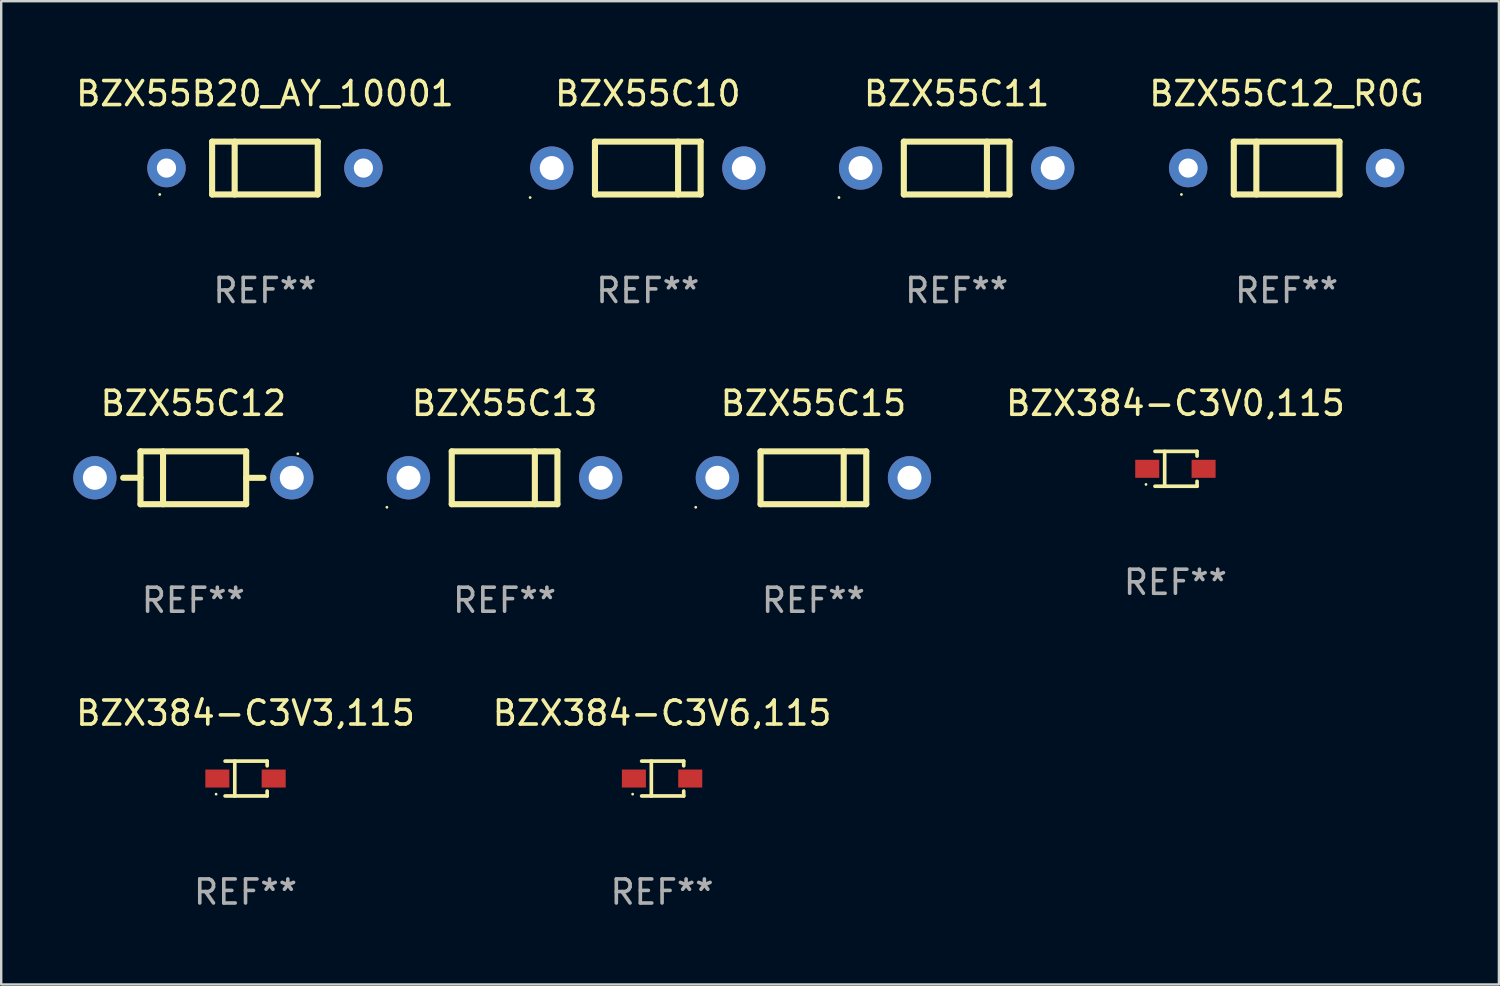
<source format=kicad_pcb>
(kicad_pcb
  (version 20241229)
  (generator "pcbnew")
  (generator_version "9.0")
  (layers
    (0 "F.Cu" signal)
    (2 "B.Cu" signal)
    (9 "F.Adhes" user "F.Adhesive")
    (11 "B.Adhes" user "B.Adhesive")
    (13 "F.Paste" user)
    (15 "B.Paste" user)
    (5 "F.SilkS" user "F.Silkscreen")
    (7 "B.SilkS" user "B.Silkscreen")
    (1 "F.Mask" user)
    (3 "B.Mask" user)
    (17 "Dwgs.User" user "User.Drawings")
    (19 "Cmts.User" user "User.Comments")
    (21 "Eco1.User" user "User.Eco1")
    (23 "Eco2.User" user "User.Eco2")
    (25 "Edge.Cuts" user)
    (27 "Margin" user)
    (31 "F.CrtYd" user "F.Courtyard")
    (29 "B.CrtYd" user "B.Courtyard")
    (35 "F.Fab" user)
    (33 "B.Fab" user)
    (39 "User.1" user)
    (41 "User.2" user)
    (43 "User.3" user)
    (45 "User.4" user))
  (footprint "BZX55C13"
    (layer "F.Cu")
    (at 17.96 16.845)
    (property "Reference" "BZX55C13" (at 0 -3.1 0) (layer "F.SilkS") (effects (font (size 1 1) (thickness 0.15))))
    (attr through_hole)
    (fp_line (start -2.2 1.1) (end -2.2 -1.1) (stroke (width 0.254) (type solid)) (layer "F.SilkS"))
    (fp_line (start 1.261 1.1) (end 1.261 -1.1) (stroke (width 0.254) (type solid)) (layer "F.SilkS"))
    (fp_line (start 2.2 -1.1) (end -2.2 -1.1) (stroke (width 0.254) (type solid)) (layer "F.SilkS"))
    (fp_line (start 2.2 1.1) (end -2.2 1.1) (stroke (width 0.254) (type solid)) (layer "F.SilkS"))
    (fp_line (start 2.2 1.1) (end 2.2 -1.1) (stroke (width 0.254) (type solid)) (layer "F.SilkS"))
    (fp_circle (center -4.9 1.227) (end -4.87 1.227) (stroke (width 0.06) (type solid)) (fill no) (layer "F.SilkS"))
    (fp_text user "REF**" (at 0 5.1 0) (layer "F.Fab") (effects (font (size 1 1) (thickness 0.15))))
    (pad "1" thru_hole circle (at -4 0) (size 1.8 1.8) (drill 1) (layers "*.Cu" "*.Mask"))
    (pad "2" thru_hole circle (at 4 0) (size 1.8 1.8) (drill 1) (layers "*.Cu" "*.Mask")))
  (footprint "BZX55B20_AY_10001"
    (layer "F.Cu")
    (at 7.982 3.948)
    (property "Reference" "BZX55B20_AY_10001" (at 0 -3.1 0) (layer "F.SilkS") (effects (font (size 1 1) (thickness 0.15))))
    (attr through_hole)
    (fp_line (start -2.2 -1.1) (end -2.2 1.1) (stroke (width 0.254) (type solid)) (layer "F.SilkS"))
    (fp_line (start -2.2 -1.1) (end 2.2 -1.1) (stroke (width 0.254) (type solid)) (layer "F.SilkS"))
    (fp_line (start -2.2 1.1) (end 2.2 1.1) (stroke (width 0.254) (type solid)) (layer "F.SilkS"))
    (fp_line (start -1.261 -1.1) (end -1.261 1.1) (stroke (width 0.254) (type solid)) (layer "F.SilkS"))
    (fp_line (start 2.2 -1.1) (end 2.2 1.1) (stroke (width 0.254) (type solid)) (layer "F.SilkS"))
    (fp_circle (center -4.38 1.1) (end -4.35 1.1) (stroke (width 0.06) (type solid)) (fill no) (layer "F.SilkS"))
    (fp_text user "REF**" (at 0 5.1 0) (layer "F.Fab") (effects (font (size 1 1) (thickness 0.15))))
    (pad "1" thru_hole circle (at -4.1 0) (size 1.6 1.6) (drill 0.8) (layers "*.Cu" "*.Mask"))
    (pad "2" thru_hole circle (at 4.1 0) (size 1.6 1.6) (drill 0.8) (layers "*.Cu" "*.Mask")))
  (footprint "BZX384-C3V6,115"
    (layer "F.Cu")
    (at 24.518 29.368)
    (property "Reference" "BZX384-C3V6,115" (at 0 -2.726 0) (layer "F.SilkS") (effects (font (size 1 1) (thickness 0.15))))
    (attr through_hole)
    (fp_line (start -0.851 -0.726) (end 0.901 -0.726) (stroke (width 0.152) (type solid)) (layer "F.SilkS"))
    (fp_line (start -0.851 0.726) (end 0.901 0.726) (stroke (width 0.152) (type solid)) (layer "F.SilkS"))
    (fp_line (start -0.447 -0.726) (end -0.447 0.726) (stroke (width 0.152) (type solid)) (layer "F.SilkS"))
    (fp_line (start 0.901 -0.726) (end 0.901 -0.53) (stroke (width 0.152) (type solid)) (layer "F.SilkS"))
    (fp_line (start 0.901 0.726) (end 0.901 0.52) (stroke (width 0.152) (type solid)) (layer "F.SilkS"))
    (fp_circle (center -1.225 0.65) (end -1.195 0.65) (stroke (width 0.06) (type solid)) (fill no) (layer "F.SilkS"))
    (fp_text user "REF**" (at 0 4.726 0) (layer "F.Fab") (effects (font (size 1 1) (thickness 0.15))))
    (pad "1" smd rect (at -1.173 0) (size 1 0.75) (layers "F.Cu" "F.Mask" "F.Paste"))
    (pad "2" smd rect (at 1.173 0) (size 1 0.75) (layers "F.Cu" "F.Mask" "F.Paste")))
  (footprint "BZX55C12_R0G"
    (layer "F.Cu")
    (at 50.524 3.948)
    (property "Reference" "BZX55C12_R0G" (at 0 -3.1 0) (layer "F.SilkS") (effects (font (size 1 1) (thickness 0.15))))
    (attr through_hole)
    (fp_line (start -2.2 -1.1) (end -2.2 1.1) (stroke (width 0.254) (type solid)) (layer "F.SilkS"))
    (fp_line (start -2.2 -1.1) (end 2.2 -1.1) (stroke (width 0.254) (type solid)) (layer "F.SilkS"))
    (fp_line (start -2.2 1.1) (end 2.2 1.1) (stroke (width 0.254) (type solid)) (layer "F.SilkS"))
    (fp_line (start -1.261 -1.1) (end -1.261 1.1) (stroke (width 0.254) (type solid)) (layer "F.SilkS"))
    (fp_line (start 2.2 -1.1) (end 2.2 1.1) (stroke (width 0.254) (type solid)) (layer "F.SilkS"))
    (fp_circle (center -4.38 1.1) (end -4.35 1.1) (stroke (width 0.06) (type solid)) (fill no) (layer "F.SilkS"))
    (fp_text user "REF**" (at 0 5.1 0) (layer "F.Fab") (effects (font (size 1 1) (thickness 0.15))))
    (pad "1" thru_hole circle (at -4.1 0) (size 1.6 1.6) (drill 0.8) (layers "*.Cu" "*.Mask"))
    (pad "2" thru_hole circle (at 4.1 0) (size 1.6 1.6) (drill 0.8) (layers "*.Cu" "*.Mask")))
  (footprint "BZX55C11"
    (layer "F.Cu")
    (at 36.784 3.948)
    (property "Reference" "BZX55C11" (at 0 -3.1 0) (layer "F.SilkS") (effects (font (size 1 1) (thickness 0.15))))
    (attr through_hole)
    (fp_line (start -2.2 1.1) (end -2.2 -1.1) (stroke (width 0.254) (type solid)) (layer "F.SilkS"))
    (fp_line (start 1.261 1.1) (end 1.261 -1.1) (stroke (width 0.254) (type solid)) (layer "F.SilkS"))
    (fp_line (start 2.2 -1.1) (end -2.2 -1.1) (stroke (width 0.254) (type solid)) (layer "F.SilkS"))
    (fp_line (start 2.2 1.1) (end -2.2 1.1) (stroke (width 0.254) (type solid)) (layer "F.SilkS"))
    (fp_line (start 2.2 1.1) (end 2.2 -1.1) (stroke (width 0.254) (type solid)) (layer "F.SilkS"))
    (fp_circle (center -4.9 1.227) (end -4.87 1.227) (stroke (width 0.06) (type solid)) (fill no) (layer "F.SilkS"))
    (fp_text user "REF**" (at 0 5.1 0) (layer "F.Fab") (effects (font (size 1 1) (thickness 0.15))))
    (pad "1" thru_hole circle (at -4 0) (size 1.8 1.8) (drill 1) (layers "*.Cu" "*.Mask"))
    (pad "2" thru_hole circle (at 4 0) (size 1.8 1.8) (drill 1) (layers "*.Cu" "*.Mask")))
  (footprint "BZX55C15"
    (layer "F.Cu")
    (at 30.82 16.845)
    (property "Reference" "BZX55C15" (at 0 -3.1 0) (layer "F.SilkS") (effects (font (size 1 1) (thickness 0.15))))
    (attr through_hole)
    (fp_line (start -2.2 1.1) (end -2.2 -1.1) (stroke (width 0.254) (type solid)) (layer "F.SilkS"))
    (fp_line (start 1.261 1.1) (end 1.261 -1.1) (stroke (width 0.254) (type solid)) (layer "F.SilkS"))
    (fp_line (start 2.2 -1.1) (end -2.2 -1.1) (stroke (width 0.254) (type solid)) (layer "F.SilkS"))
    (fp_line (start 2.2 1.1) (end -2.2 1.1) (stroke (width 0.254) (type solid)) (layer "F.SilkS"))
    (fp_line (start 2.2 1.1) (end 2.2 -1.1) (stroke (width 0.254) (type solid)) (layer "F.SilkS"))
    (fp_circle (center -4.9 1.227) (end -4.87 1.227) (stroke (width 0.06) (type solid)) (fill no) (layer "F.SilkS"))
    (fp_text user "REF**" (at 0 5.1 0) (layer "F.Fab") (effects (font (size 1 1) (thickness 0.15))))
    (pad "1" thru_hole circle (at -4 0) (size 1.8 1.8) (drill 1) (layers "*.Cu" "*.Mask"))
    (pad "2" thru_hole circle (at 4 0) (size 1.8 1.8) (drill 1) (layers "*.Cu" "*.Mask")))
  (footprint "BZX384-C3V0,115"
    (layer "F.Cu")
    (at 45.893 16.471)
    (property "Reference" "BZX384-C3V0,115" (at 0 -2.726 0) (layer "F.SilkS") (effects (font (size 1 1) (thickness 0.15))))
    (attr through_hole)
    (fp_line (start -0.851 -0.726) (end 0.901 -0.726) (stroke (width 0.152) (type solid)) (layer "F.SilkS"))
    (fp_line (start -0.851 0.726) (end 0.901 0.726) (stroke (width 0.152) (type solid)) (layer "F.SilkS"))
    (fp_line (start -0.447 -0.726) (end -0.447 0.726) (stroke (width 0.152) (type solid)) (layer "F.SilkS"))
    (fp_line (start 0.901 -0.726) (end 0.901 -0.53) (stroke (width 0.152) (type solid)) (layer "F.SilkS"))
    (fp_line (start 0.901 0.726) (end 0.901 0.52) (stroke (width 0.152) (type solid)) (layer "F.SilkS"))
    (fp_circle (center -1.225 0.65) (end -1.195 0.65) (stroke (width 0.06) (type solid)) (fill no) (layer "F.SilkS"))
    (fp_text user "REF**" (at 0 4.726 0) (layer "F.Fab") (effects (font (size 1 1) (thickness 0.15))))
    (pad "1" smd rect (at -1.173 0) (size 1 0.75) (layers "F.Cu" "F.Mask" "F.Paste"))
    (pad "2" smd rect (at 1.173 0) (size 1 0.75) (layers "F.Cu" "F.Mask" "F.Paste")))
  (footprint "BZX384-C3V3,115"
    (layer "F.Cu")
    (at 7.173 29.368)
    (property "Reference" "BZX384-C3V3,115" (at 0 -2.726 0) (layer "F.SilkS") (effects (font (size 1 1) (thickness 0.15))))
    (attr through_hole)
    (fp_line (start -0.851 -0.726) (end 0.901 -0.726) (stroke (width 0.152) (type solid)) (layer "F.SilkS"))
    (fp_line (start -0.851 0.726) (end 0.901 0.726) (stroke (width 0.152) (type solid)) (layer "F.SilkS"))
    (fp_line (start -0.447 -0.726) (end -0.447 0.726) (stroke (width 0.152) (type solid)) (layer "F.SilkS"))
    (fp_line (start 0.901 -0.726) (end 0.901 -0.53) (stroke (width 0.152) (type solid)) (layer "F.SilkS"))
    (fp_line (start 0.901 0.726) (end 0.901 0.52) (stroke (width 0.152) (type solid)) (layer "F.SilkS"))
    (fp_circle (center -1.225 0.65) (end -1.195 0.65) (stroke (width 0.06) (type solid)) (fill no) (layer "F.SilkS"))
    (fp_text user "REF**" (at 0 4.726 0) (layer "F.Fab") (effects (font (size 1 1) (thickness 0.15))))
    (pad "1" smd rect (at -1.173 0) (size 1 0.75) (layers "F.Cu" "F.Mask" "F.Paste"))
    (pad "2" smd rect (at 1.173 0) (size 1 0.75) (layers "F.Cu" "F.Mask" "F.Paste")))
  (footprint "BZX55C10"
    (layer "F.Cu")
    (at 23.924 3.948)
    (property "Reference" "BZX55C10" (at 0 -3.1 0) (layer "F.SilkS") (effects (font (size 1 1) (thickness 0.15))))
    (attr through_hole)
    (fp_line (start -2.2 1.1) (end -2.2 -1.1) (stroke (width 0.254) (type solid)) (layer "F.SilkS"))
    (fp_line (start 1.261 1.1) (end 1.261 -1.1) (stroke (width 0.254) (type solid)) (layer "F.SilkS"))
    (fp_line (start 2.2 -1.1) (end -2.2 -1.1) (stroke (width 0.254) (type solid)) (layer "F.SilkS"))
    (fp_line (start 2.2 1.1) (end -2.2 1.1) (stroke (width 0.254) (type solid)) (layer "F.SilkS"))
    (fp_line (start 2.2 1.1) (end 2.2 -1.1) (stroke (width 0.254) (type solid)) (layer "F.SilkS"))
    (fp_circle (center -4.9 1.227) (end -4.87 1.227) (stroke (width 0.06) (type solid)) (fill no) (layer "F.SilkS"))
    (fp_text user "REF**" (at 0 5.1 0) (layer "F.Fab") (effects (font (size 1 1) (thickness 0.15))))
    (pad "1" thru_hole circle (at -4 0) (size 1.8 1.8) (drill 1) (layers "*.Cu" "*.Mask"))
    (pad "2" thru_hole circle (at 4 0) (size 1.8 1.8) (drill 1) (layers "*.Cu" "*.Mask")))
  (footprint "BZX55C12"
    (layer "F.Cu")
    (at 5 16.845)
    (property "Reference" "BZX55C12" (at 0 -3.1 0) (layer "F.SilkS") (effects (font (size 1 1) (thickness 0.15))))
    (attr through_hole)
    (fp_line (start -2.2 -1.1) (end -2.2 1.1) (stroke (width 0.254) (type solid)) (layer "F.SilkS"))
    (fp_line (start -2.2 -1.1) (end 2.2 -1.1) (stroke (width 0.254) (type solid)) (layer "F.SilkS"))
    (fp_line (start -2.2 -0.001) (end -2.921 -0.001) (stroke (width 0.254) (type solid)) (layer "F.SilkS"))
    (fp_line (start -2.2 1.1) (end 2.2 1.1) (stroke (width 0.254) (type solid)) (layer "F.SilkS"))
    (fp_line (start -1.261 -1.1) (end -1.261 1.1) (stroke (width 0.254) (type solid)) (layer "F.SilkS"))
    (fp_line (start 2.2 -1.1) (end 2.2 1.1) (stroke (width 0.254) (type solid)) (layer "F.SilkS"))
    (fp_line (start 2.2 0.001) (end 2.921 0.001) (stroke (width 0.254) (type solid)) (layer "F.SilkS"))
    (fp_circle (center 4.35 -1) (end 4.38 -1) (stroke (width 0.06) (type solid)) (fill no) (layer "F.SilkS"))
    (fp_text user "REF**" (at 0 5.1 0) (layer "F.Fab") (effects (font (size 1 1) (thickness 0.15))))
    (pad "1" thru_hole circle (at 4.1 0) (size 1.8 1.8) (drill 1) (layers "*.Cu" "*.Mask"))
    (pad "2" thru_hole circle (at -4.1 0) (size 1.8 1.8) (drill 1) (layers "*.Cu" "*.Mask")))
  (gr_rect
    (start -3 -3)
    (end 59.363 37.942)
    (stroke (width 0.1) (type default))
    (fill no)
    (layer "Edge.Cuts")))
</source>
